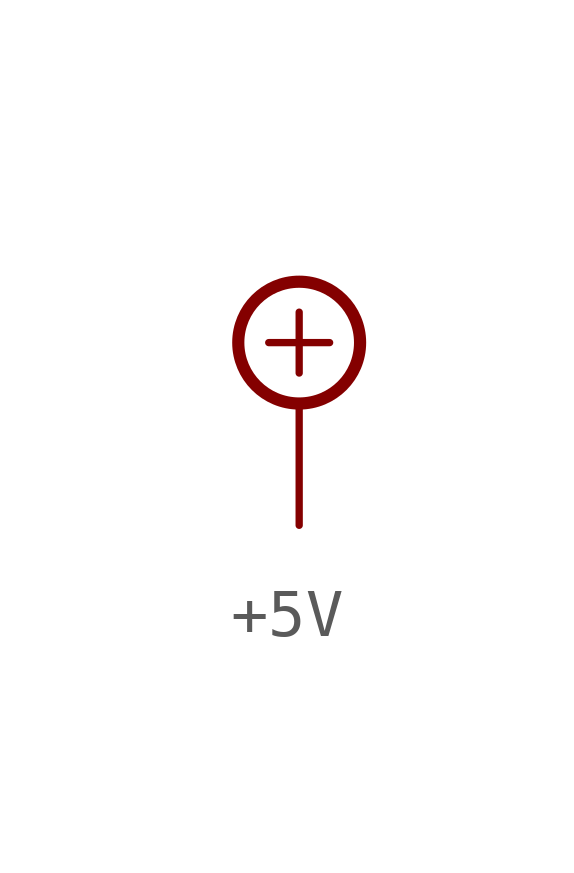
<source format=kicad_sym>
(kicad_symbol_lib
  (version 20241209)
  (generator "kicad_symbol_editor")
  (generator_version "9.0")
  (symbol "+5V"
    (power)
    (property "Reference" "#SUPPLY"
      (at 0 0 0)
      (effects (font (size 1.27 1.27)) (hide yes)))
    (property "Value" ""
      (at -1.905 3.175 0)
      (effects (font (size 1.778 1.511)) (justify left bottom)))
    (property "ki_locked" ""
      (at 0 0 0)
      (effects (font (size 1.27 1.27))))
    (symbol "+5V_1_0"
      (polyline (pts (xy -0.635 1.27) (xy 0.635 1.27)) (stroke (width 0.152) (type solid)) (fill (type none)))
      (circle (center 0 1.27) (radius 1.27) (stroke (width 0.254) (type solid)) (fill (type none)))
      (polyline (pts (xy 0 0.635) (xy 0 1.905)) (stroke (width 0.152) (type solid)) (fill (type none)))
      (pin power_in line (at 0 -2.54 90) (length 2.54) (name "+5V" (effects (font (size 0 0)))) (number "1" (effects (font (size 0 0))))))))
</source>
